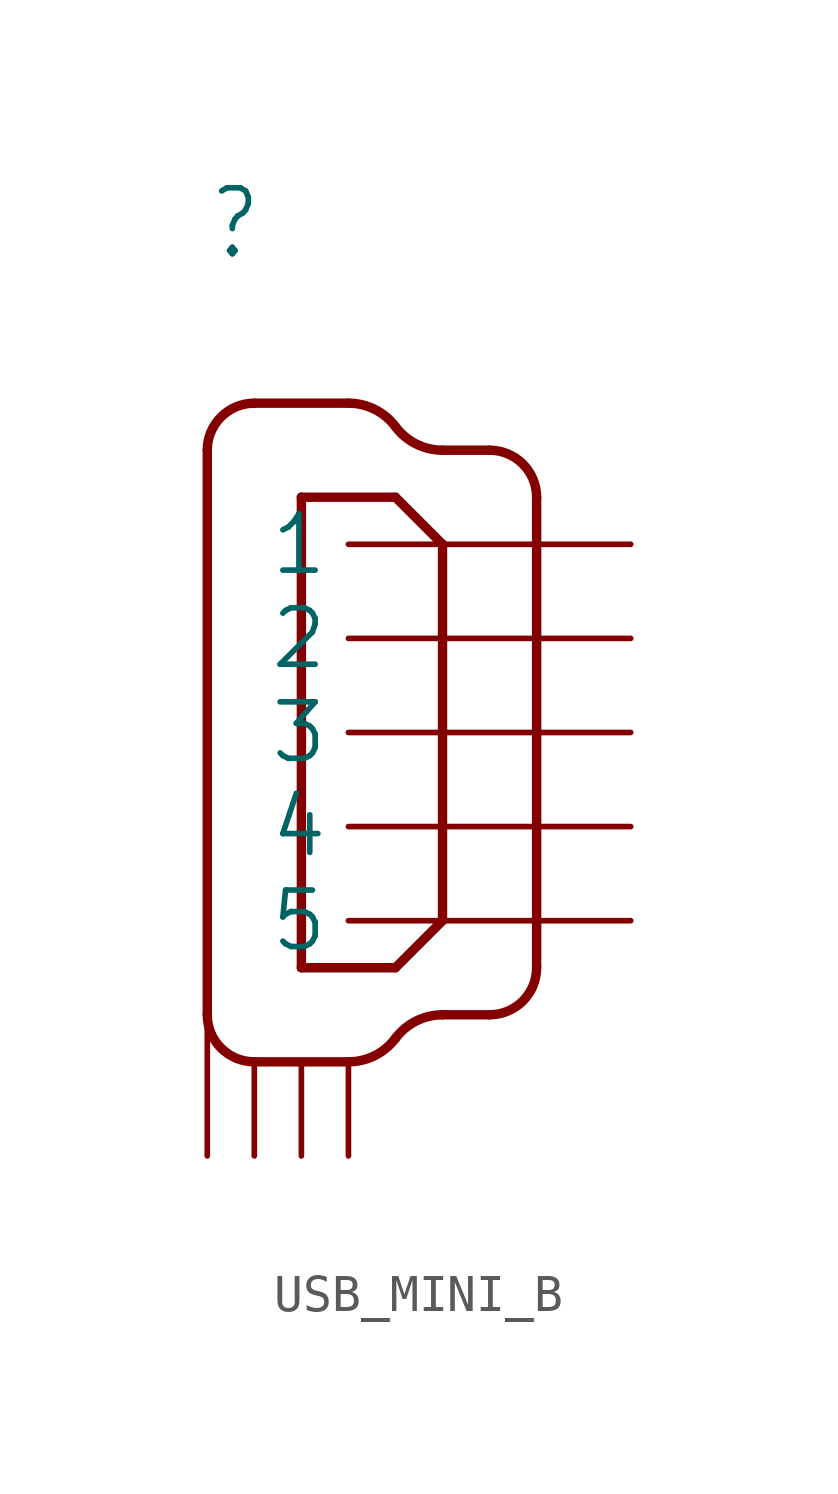
<source format=kicad_sym>
(kicad_symbol_lib
  (version 20241209)
  (generator "kicad_symbol_editor")
  (generator_version "9.0")
  (symbol "USB_MINI_B"
    (property "Reference" ""
      (at -3.81 12.7 0)
      (effects (font (size 1.778 1.511)) (justify left bottom)))
    (property "Value" ""
      (at -3.81 10.16 0)
      (effects (font (size 1.778 1.511)) (justify left bottom)))
    (property "ki_locked" ""
      (at 0 0 0)
      (effects (font (size 1.27 1.27))))
    (symbol "USB_MINI_B_1_0"
      (polyline (pts (xy -3.81 7.62) (xy -3.81 -7.62)) (stroke (width 0.254) (type solid)) (fill (type none)))
      (polyline (pts (xy -2.54 8.89) (xy 0 8.89)) (stroke (width 0.254) (type solid)) (fill (type none)))
      (arc (start -3.81 7.62) (mid -3.438 8.518) (end -2.54 8.89) (stroke (width 0.254) (type solid)) (fill (type none)))
      (arc (start -2.54 -8.89) (mid -3.438 -8.518) (end -3.81 -7.62) (stroke (width 0.254) (type solid)) (fill (type none)))
      (polyline (pts (xy -2.54 -8.89) (xy 0 -8.89)) (stroke (width 0.254) (type solid)) (fill (type none)))
      (polyline (pts (xy -1.27 6.35) (xy 1.27 6.35)) (stroke (width 0.254) (type solid)) (fill (type none)))
      (polyline (pts (xy -1.27 -6.35) (xy -1.27 6.35)) (stroke (width 0.254) (type solid)) (fill (type none)))
      (arc (start 0 8.89) (mid 0.71 8.7224) (end 1.2701 8.255) (stroke (width 0.254) (type solid)) (fill (type none)))
      (arc (start 1.2701 -8.255) (mid 0.71 -8.7224) (end 0 -8.89) (stroke (width 0.254) (type solid)) (fill (type none)))
      (polyline (pts (xy 1.27 6.35) (xy 2.54 5.08)) (stroke (width 0.254) (type solid)) (fill (type none)))
      (polyline (pts (xy 1.27 -6.35) (xy -1.27 -6.35)) (stroke (width 0.254) (type solid)) (fill (type none)))
      (arc (start 2.54 7.62) (mid 1.83 7.7876) (end 1.27 8.255) (stroke (width 0.254) (type solid)) (fill (type none)))
      (polyline (pts (xy 2.54 7.62) (xy 3.81 7.62)) (stroke (width 0.254) (type solid)) (fill (type none)))
      (polyline (pts (xy 2.54 5.08) (xy 2.54 -5.08)) (stroke (width 0.254) (type solid)) (fill (type none)))
      (polyline (pts (xy 2.54 -5.08) (xy 1.27 -6.35)) (stroke (width 0.254) (type solid)) (fill (type none)))
      (polyline (pts (xy 2.54 -7.62) (xy 3.81 -7.62)) (stroke (width 0.254) (type solid)) (fill (type none)))
      (arc (start 1.27 -8.255) (mid 1.83 -7.7876) (end 2.54 -7.62) (stroke (width 0.254) (type solid)) (fill (type none)))
      (arc (start 3.81 7.62) (mid 4.708 7.248) (end 5.08 6.35) (stroke (width 0.254) (type solid)) (fill (type none)))
      (arc (start 5.08 -6.35) (mid 4.708 -7.248) (end 3.81 -7.62) (stroke (width 0.254) (type solid)) (fill (type none)))
      (polyline (pts (xy 5.08 -6.35) (xy 5.08 6.35)) (stroke (width 0.254) (type solid)) (fill (type none)))
      (pin bidirectional line (at -3.81 -11.43 90) (length 5.08) (name "P$4" (effects (font (size 0 0)))) (number "SHIELD_4" (effects (font (size 0 0)))))
      (pin bidirectional line (at -2.54 -11.43 90) (length 2.54) (name "P$3" (effects (font (size 0 0)))) (number "SHIELD_3" (effects (font (size 0 0)))))
      (pin bidirectional line (at -1.27 -11.43 90) (length 2.54) (name "P$2" (effects (font (size 0 0)))) (number "SHIELD_2" (effects (font (size 0 0)))))
      (pin bidirectional line (at 0 -11.43 90) (length 2.54) (name "P$1" (effects (font (size 0 0)))) (number "SHIELD_1" (effects (font (size 0 0)))))
      (pin bidirectional line (at 7.62 5.08 180) (length 7.62) (name "1" (effects (font (size 1.524 1.524)))) (number "P$1" (effects (font (size 0 0)))))
      (pin bidirectional line (at 7.62 2.54 180) (length 7.62) (name "2" (effects (font (size 1.524 1.524)))) (number "P$2" (effects (font (size 0 0)))))
      (pin bidirectional line (at 7.62 0 180) (length 7.62) (name "3" (effects (font (size 1.524 1.524)))) (number "P$3" (effects (font (size 0 0)))))
      (pin bidirectional line (at 7.62 -2.54 180) (length 7.62) (name "4" (effects (font (size 1.524 1.524)))) (number "P$4" (effects (font (size 0 0)))))
      (pin bidirectional line (at 7.62 -5.08 180) (length 7.62) (name "5" (effects (font (size 1.524 1.524)))) (number "P$5" (effects (font (size 0 0))))))))
</source>
